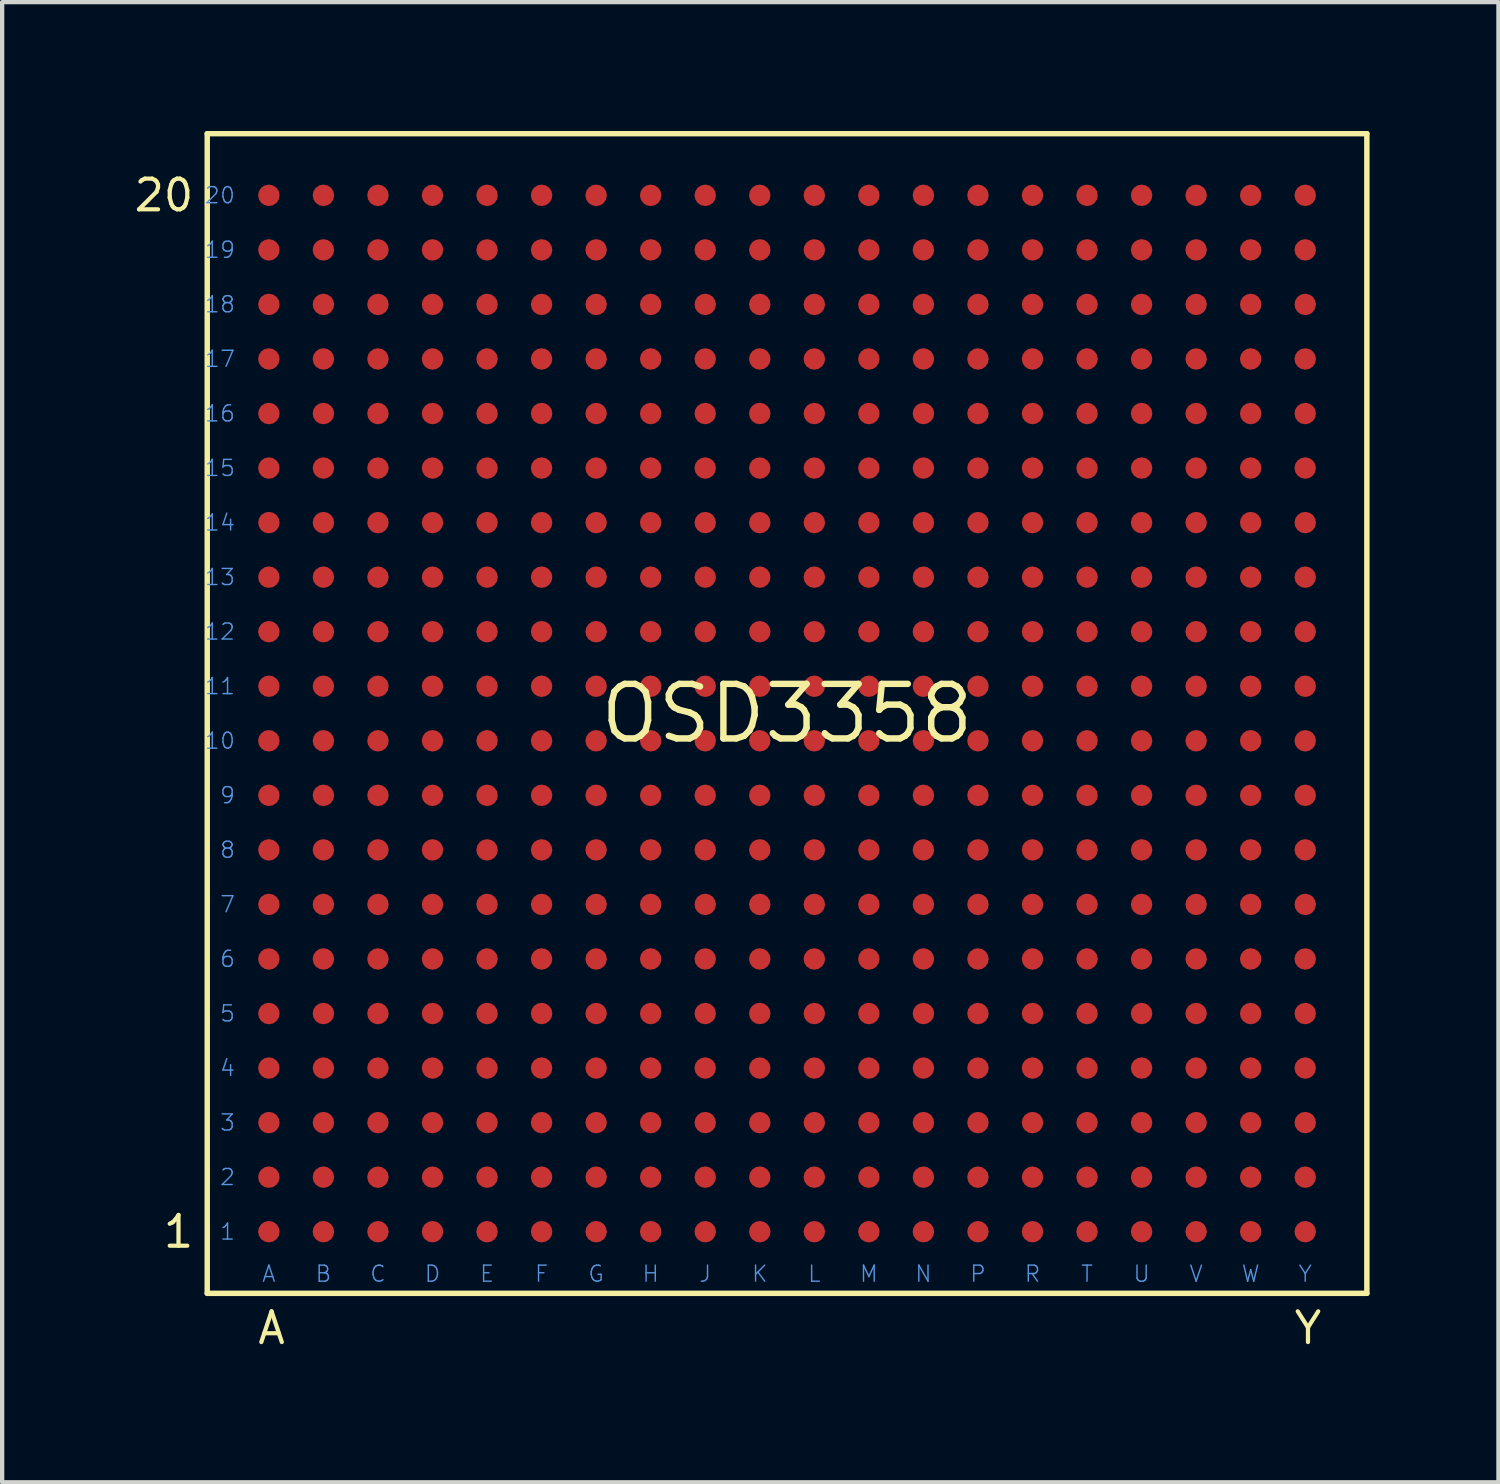
<source format=kicad_pcb>
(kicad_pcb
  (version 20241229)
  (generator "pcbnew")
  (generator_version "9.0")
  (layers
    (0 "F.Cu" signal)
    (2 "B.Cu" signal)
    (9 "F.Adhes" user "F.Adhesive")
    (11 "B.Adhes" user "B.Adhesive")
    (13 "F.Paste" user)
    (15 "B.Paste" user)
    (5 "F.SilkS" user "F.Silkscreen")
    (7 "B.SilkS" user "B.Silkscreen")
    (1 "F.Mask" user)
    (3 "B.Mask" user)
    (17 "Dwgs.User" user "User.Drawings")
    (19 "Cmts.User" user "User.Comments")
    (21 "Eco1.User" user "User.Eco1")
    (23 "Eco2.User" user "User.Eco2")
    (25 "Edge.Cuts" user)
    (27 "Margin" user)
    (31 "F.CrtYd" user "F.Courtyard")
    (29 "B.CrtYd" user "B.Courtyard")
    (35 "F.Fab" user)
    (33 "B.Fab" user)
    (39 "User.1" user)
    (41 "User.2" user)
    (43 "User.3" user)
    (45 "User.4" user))
  (footprint "OSD3358"
    (layer "F.Cu")
    (at 15.275 13.563)
    (property "Reference" "OSD3358" (at 0 0 0) (layer "F.SilkS") (effects (font (size 1.27 1.27) (thickness 0.15))))
    (fp_line (start -13.5 -13.5) (end -13.5 13.5) (stroke (width 0.127) (type solid)) (layer "F.SilkS"))
    (fp_line (start -13.5 13.5) (end 13.5 13.5) (stroke (width 0.127) (type solid)) (layer "F.SilkS"))
    (fp_line (start 13.5 -13.5) (end -13.5 -13.5) (stroke (width 0.127) (type solid)) (layer "F.SilkS"))
    (fp_line (start 13.5 13.5) (end 13.5 -13.5) (stroke (width 0.127) (type solid)) (layer "F.SilkS"))
    (fp_text user "20" (at -13.764 -12.065 0) (layer "F.SilkS") (effects (font (size 0.715 0.715) (thickness 0.098)) (justify right)))
    (fp_text user "1" (at -13.764 12.065 0) (layer "F.SilkS") (effects (font (size 0.715 0.715) (thickness 0.098)) (justify right)))
    (fp_text user "Y" (at 12.129 13.89 0) (layer "F.SilkS") (effects (font (size 0.715 0.715) (thickness 0.098)) (justify top)))
    (fp_text user "A" (at -12.002 13.89 0) (layer "F.SilkS") (effects (font (size 0.715 0.715) (thickness 0.098)) (justify top)))
    (fp_text user "K" (at -0.635 12.827 0) (layer "Cmts.User") (effects (font (size 0.374 0.374) (thickness 0.033)) (justify top)))
    (fp_text user "10" (at -12.827 0.635 0) (layer "Cmts.User") (effects (font (size 0.374 0.374) (thickness 0.033)) (justify right)))
    (fp_text user "F" (at -5.715 12.827 0) (layer "Cmts.User") (effects (font (size 0.374 0.374) (thickness 0.033)) (justify top)))
    (fp_text user "U" (at 8.255 12.827 0) (layer "Cmts.User") (effects (font (size 0.374 0.374) (thickness 0.033)) (justify top)))
    (fp_text user "6" (at -12.827 5.715 0) (layer "Cmts.User") (effects (font (size 0.374 0.374) (thickness 0.033)) (justify right)))
    (fp_text user "12" (at -12.827 -1.905 0) (layer "Cmts.User") (effects (font (size 0.374 0.374) (thickness 0.033)) (justify right)))
    (fp_text user "G" (at -4.445 12.827 0) (layer "Cmts.User") (effects (font (size 0.374 0.374) (thickness 0.033)) (justify top)))
    (fp_text user "P" (at 4.445 12.827 0) (layer "Cmts.User") (effects (font (size 0.374 0.374) (thickness 0.033)) (justify top)))
    (fp_text user "R" (at 5.715 12.827 0) (layer "Cmts.User") (effects (font (size 0.374 0.374) (thickness 0.033)) (justify top)))
    (fp_text user "17" (at -12.827 -8.255 0) (layer "Cmts.User") (effects (font (size 0.374 0.374) (thickness 0.033)) (justify right)))
    (fp_text user "2" (at -12.827 10.795 0) (layer "Cmts.User") (effects (font (size 0.374 0.374) (thickness 0.033)) (justify right)))
    (fp_text user "N" (at 3.175 12.827 0) (layer "Cmts.User") (effects (font (size 0.374 0.374) (thickness 0.033)) (justify top)))
    (fp_text user "7" (at -12.827 4.445 0) (layer "Cmts.User") (effects (font (size 0.374 0.374) (thickness 0.033)) (justify right)))
    (fp_text user "14" (at -12.827 -4.445 0) (layer "Cmts.User") (effects (font (size 0.374 0.374) (thickness 0.033)) (justify right)))
    (fp_text user "8" (at -12.827 3.175 0) (layer "Cmts.User") (effects (font (size 0.374 0.374) (thickness 0.033)) (justify right)))
    (fp_text user "1" (at -12.827 12.065 0) (layer "Cmts.User") (effects (font (size 0.374 0.374) (thickness 0.033)) (justify right)))
    (fp_text user "H" (at -3.175 12.827 0) (layer "Cmts.User") (effects (font (size 0.374 0.374) (thickness 0.033)) (justify top)))
    (fp_text user "3" (at -12.827 9.525 0) (layer "Cmts.User") (effects (font (size 0.374 0.374) (thickness 0.033)) (justify right)))
    (fp_text user "L" (at 0.635 12.827 0) (layer "Cmts.User") (effects (font (size 0.374 0.374) (thickness 0.033)) (justify top)))
    (fp_text user "B" (at -10.795 12.827 0) (layer "Cmts.User") (effects (font (size 0.374 0.374) (thickness 0.033)) (justify top)))
    (fp_text user "13" (at -12.827 -3.175 0) (layer "Cmts.User") (effects (font (size 0.374 0.374) (thickness 0.033)) (justify right)))
    (fp_text user "M" (at 1.905 12.827 0) (layer "Cmts.User") (effects (font (size 0.374 0.374) (thickness 0.033)) (justify top)))
    (fp_text user "4" (at -12.827 8.255 0) (layer "Cmts.User") (effects (font (size 0.374 0.374) (thickness 0.033)) (justify right)))
    (fp_text user "5" (at -12.827 6.985 0) (layer "Cmts.User") (effects (font (size 0.374 0.374) (thickness 0.033)) (justify right)))
    (fp_text user "15" (at -12.827 -5.715 0) (layer "Cmts.User") (effects (font (size 0.374 0.374) (thickness 0.033)) (justify right)))
    (fp_text user "W" (at 10.795 12.827 0) (layer "Cmts.User") (effects (font (size 0.374 0.374) (thickness 0.033)) (justify top)))
    (fp_text user "20" (at -12.827 -12.065 0) (layer "Cmts.User") (effects (font (size 0.374 0.374) (thickness 0.033)) (justify right)))
    (fp_text user "D" (at -8.255 12.827 0) (layer "Cmts.User") (effects (font (size 0.374 0.374) (thickness 0.033)) (justify top)))
    (fp_text user "T" (at 6.985 12.827 0) (layer "Cmts.User") (effects (font (size 0.374 0.374) (thickness 0.033)) (justify top)))
    (fp_text user "A" (at -12.065 12.827 0) (layer "Cmts.User") (effects (font (size 0.374 0.374) (thickness 0.033)) (justify top)))
    (fp_text user "11" (at -12.827 -0.635 0) (layer "Cmts.User") (effects (font (size 0.374 0.374) (thickness 0.033)) (justify right)))
    (fp_text user "9" (at -12.827 1.905 0) (layer "Cmts.User") (effects (font (size 0.374 0.374) (thickness 0.033)) (justify right)))
    (fp_text user "Y" (at 12.065 12.827 0) (layer "Cmts.User") (effects (font (size 0.374 0.374) (thickness 0.033)) (justify top)))
    (fp_text user "J" (at -1.905 12.827 0) (layer "Cmts.User") (effects (font (size 0.374 0.374) (thickness 0.033)) (justify top)))
    (fp_text user "E" (at -6.985 12.827 0) (layer "Cmts.User") (effects (font (size 0.374 0.374) (thickness 0.033)) (justify top)))
    (fp_text user "C" (at -9.525 12.827 0) (layer "Cmts.User") (effects (font (size 0.374 0.374) (thickness 0.033)) (justify top)))
    (fp_text user "16" (at -12.827 -6.985 0) (layer "Cmts.User") (effects (font (size 0.374 0.374) (thickness 0.033)) (justify right)))
    (fp_text user "18" (at -12.827 -9.525 0) (layer "Cmts.User") (effects (font (size 0.374 0.374) (thickness 0.033)) (justify right)))
    (fp_text user "19" (at -12.827 -10.795 0) (layer "Cmts.User") (effects (font (size 0.374 0.374) (thickness 0.033)) (justify right)))
    (fp_text user "V" (at 9.525 12.827 0) (layer "Cmts.User") (effects (font (size 0.374 0.374) (thickness 0.033)) (justify top)))
    (pad "A1" smd roundrect (at -12.065 12.065) (size 0.5 0.5) (layers "F.Cu" "F.Mask" "F.Paste") (roundrect_rratio 0.5))
    (pad "A2" smd roundrect (at -12.065 10.795) (size 0.5 0.5) (layers "F.Cu" "F.Mask" "F.Paste") (roundrect_rratio 0.5))
    (pad "A3" smd roundrect (at -12.065 9.525) (size 0.5 0.5) (layers "F.Cu" "F.Mask" "F.Paste") (roundrect_rratio 0.5))
    (pad "A4" smd roundrect (at -12.065 8.255) (size 0.5 0.5) (layers "F.Cu" "F.Mask" "F.Paste") (roundrect_rratio 0.5))
    (pad "A5" smd roundrect (at -12.065 6.985) (size 0.5 0.5) (layers "F.Cu" "F.Mask" "F.Paste") (roundrect_rratio 0.5))
    (pad "A6" smd roundrect (at -12.065 5.715) (size 0.5 0.5) (layers "F.Cu" "F.Mask" "F.Paste") (roundrect_rratio 0.5))
    (pad "A7" smd roundrect (at -12.065 4.445) (size 0.5 0.5) (layers "F.Cu" "F.Mask" "F.Paste") (roundrect_rratio 0.5))
    (pad "A8" smd roundrect (at -12.065 3.175) (size 0.5 0.5) (layers "F.Cu" "F.Mask" "F.Paste") (roundrect_rratio 0.5))
    (pad "A9" smd roundrect (at -12.065 1.905) (size 0.5 0.5) (layers "F.Cu" "F.Mask" "F.Paste") (roundrect_rratio 0.5))
    (pad "A10" smd roundrect (at -12.065 0.635) (size 0.5 0.5) (layers "F.Cu" "F.Mask" "F.Paste") (roundrect_rratio 0.5))
    (pad "A11" smd roundrect (at -12.065 -0.635) (size 0.5 0.5) (layers "F.Cu" "F.Mask" "F.Paste") (roundrect_rratio 0.5))
    (pad "A12" smd roundrect (at -12.065 -1.905) (size 0.5 0.5) (layers "F.Cu" "F.Mask" "F.Paste") (roundrect_rratio 0.5))
    (pad "A13" smd roundrect (at -12.065 -3.175) (size 0.5 0.5) (layers "F.Cu" "F.Mask" "F.Paste") (roundrect_rratio 0.5))
    (pad "A14" smd roundrect (at -12.065 -4.445) (size 0.5 0.5) (layers "F.Cu" "F.Mask" "F.Paste") (roundrect_rratio 0.5))
    (pad "A15" smd roundrect (at -12.065 -5.715) (size 0.5 0.5) (layers "F.Cu" "F.Mask" "F.Paste") (roundrect_rratio 0.5))
    (pad "A16" smd roundrect (at -12.065 -6.985) (size 0.5 0.5) (layers "F.Cu" "F.Mask" "F.Paste") (roundrect_rratio 0.5))
    (pad "A17" smd roundrect (at -12.065 -8.255) (size 0.5 0.5) (layers "F.Cu" "F.Mask" "F.Paste") (roundrect_rratio 0.5))
    (pad "A18" smd roundrect (at -12.065 -9.525) (size 0.5 0.5) (layers "F.Cu" "F.Mask" "F.Paste") (roundrect_rratio 0.5))
    (pad "A19" smd roundrect (at -12.065 -10.795) (size 0.5 0.5) (layers "F.Cu" "F.Mask" "F.Paste") (roundrect_rratio 0.5))
    (pad "A20" smd roundrect (at -12.065 -12.065) (size 0.5 0.5) (layers "F.Cu" "F.Mask" "F.Paste") (roundrect_rratio 0.5))
    (pad "B1" smd roundrect (at -10.795 12.065) (size 0.5 0.5) (layers "F.Cu" "F.Mask" "F.Paste") (roundrect_rratio 0.5))
    (pad "B2" smd roundrect (at -10.795 10.795) (size 0.5 0.5) (layers "F.Cu" "F.Mask" "F.Paste") (roundrect_rratio 0.5))
    (pad "B3" smd roundrect (at -10.795 9.525) (size 0.5 0.5) (layers "F.Cu" "F.Mask" "F.Paste") (roundrect_rratio 0.5))
    (pad "B4" smd roundrect (at -10.795 8.255) (size 0.5 0.5) (layers "F.Cu" "F.Mask" "F.Paste") (roundrect_rratio 0.5))
    (pad "B5" smd roundrect (at -10.795 6.985) (size 0.5 0.5) (layers "F.Cu" "F.Mask" "F.Paste") (roundrect_rratio 0.5))
    (pad "B6" smd roundrect (at -10.795 5.715) (size 0.5 0.5) (layers "F.Cu" "F.Mask" "F.Paste") (roundrect_rratio 0.5))
    (pad "B7" smd roundrect (at -10.795 4.445) (size 0.5 0.5) (layers "F.Cu" "F.Mask" "F.Paste") (roundrect_rratio 0.5))
    (pad "B8" smd roundrect (at -10.795 3.175) (size 0.5 0.5) (layers "F.Cu" "F.Mask" "F.Paste") (roundrect_rratio 0.5))
    (pad "B9" smd roundrect (at -10.795 1.905) (size 0.5 0.5) (layers "F.Cu" "F.Mask" "F.Paste") (roundrect_rratio 0.5))
    (pad "B10" smd roundrect (at -10.795 0.635) (size 0.5 0.5) (layers "F.Cu" "F.Mask" "F.Paste") (roundrect_rratio 0.5))
    (pad "B11" smd roundrect (at -10.795 -0.635) (size 0.5 0.5) (layers "F.Cu" "F.Mask" "F.Paste") (roundrect_rratio 0.5))
    (pad "B12" smd roundrect (at -10.795 -1.905) (size 0.5 0.5) (layers "F.Cu" "F.Mask" "F.Paste") (roundrect_rratio 0.5))
    (pad "B13" smd roundrect (at -10.795 -3.175) (size 0.5 0.5) (layers "F.Cu" "F.Mask" "F.Paste") (roundrect_rratio 0.5))
    (pad "B14" smd roundrect (at -10.795 -4.445) (size 0.5 0.5) (layers "F.Cu" "F.Mask" "F.Paste") (roundrect_rratio 0.5))
    (pad "B15" smd roundrect (at -10.795 -5.715) (size 0.5 0.5) (layers "F.Cu" "F.Mask" "F.Paste") (roundrect_rratio 0.5))
    (pad "B16" smd roundrect (at -10.795 -6.985) (size 0.5 0.5) (layers "F.Cu" "F.Mask" "F.Paste") (roundrect_rratio 0.5))
    (pad "B17" smd roundrect (at -10.795 -8.255) (size 0.5 0.5) (layers "F.Cu" "F.Mask" "F.Paste") (roundrect_rratio 0.5))
    (pad "B18" smd roundrect (at -10.795 -9.525) (size 0.5 0.5) (layers "F.Cu" "F.Mask" "F.Paste") (roundrect_rratio 0.5))
    (pad "B19" smd roundrect (at -10.795 -10.795) (size 0.5 0.5) (layers "F.Cu" "F.Mask" "F.Paste") (roundrect_rratio 0.5))
    (pad "B20" smd roundrect (at -10.795 -12.065) (size 0.5 0.5) (layers "F.Cu" "F.Mask" "F.Paste") (roundrect_rratio 0.5))
    (pad "C1" smd roundrect (at -9.525 12.065) (size 0.5 0.5) (layers "F.Cu" "F.Mask" "F.Paste") (roundrect_rratio 0.5))
    (pad "C2" smd roundrect (at -9.525 10.795) (size 0.5 0.5) (layers "F.Cu" "F.Mask" "F.Paste") (roundrect_rratio 0.5))
    (pad "C3" smd roundrect (at -9.525 9.525) (size 0.5 0.5) (layers "F.Cu" "F.Mask" "F.Paste") (roundrect_rratio 0.5))
    (pad "C4" smd roundrect (at -9.525 8.255) (size 0.5 0.5) (layers "F.Cu" "F.Mask" "F.Paste") (roundrect_rratio 0.5))
    (pad "C5" smd roundrect (at -9.525 6.985) (size 0.5 0.5) (layers "F.Cu" "F.Mask" "F.Paste") (roundrect_rratio 0.5))
    (pad "C6" smd roundrect (at -9.525 5.715) (size 0.5 0.5) (layers "F.Cu" "F.Mask" "F.Paste") (roundrect_rratio 0.5))
    (pad "C7" smd roundrect (at -9.525 4.445) (size 0.5 0.5) (layers "F.Cu" "F.Mask" "F.Paste") (roundrect_rratio 0.5))
    (pad "C8" smd roundrect (at -9.525 3.175) (size 0.5 0.5) (layers "F.Cu" "F.Mask" "F.Paste") (roundrect_rratio 0.5))
    (pad "C9" smd roundrect (at -9.525 1.905) (size 0.5 0.5) (layers "F.Cu" "F.Mask" "F.Paste") (roundrect_rratio 0.5))
    (pad "C10" smd roundrect (at -9.525 0.635) (size 0.5 0.5) (layers "F.Cu" "F.Mask" "F.Paste") (roundrect_rratio 0.5))
    (pad "C11" smd roundrect (at -9.525 -0.635) (size 0.5 0.5) (layers "F.Cu" "F.Mask" "F.Paste") (roundrect_rratio 0.5))
    (pad "C12" smd roundrect (at -9.525 -1.905) (size 0.5 0.5) (layers "F.Cu" "F.Mask" "F.Paste") (roundrect_rratio 0.5))
    (pad "C13" smd roundrect (at -9.525 -3.175) (size 0.5 0.5) (layers "F.Cu" "F.Mask" "F.Paste") (roundrect_rratio 0.5))
    (pad "C14" smd roundrect (at -9.525 -4.445) (size 0.5 0.5) (layers "F.Cu" "F.Mask" "F.Paste") (roundrect_rratio 0.5))
    (pad "C15" smd roundrect (at -9.525 -5.715) (size 0.5 0.5) (layers "F.Cu" "F.Mask" "F.Paste") (roundrect_rratio 0.5))
    (pad "C16" smd roundrect (at -9.525 -6.985) (size 0.5 0.5) (layers "F.Cu" "F.Mask" "F.Paste") (roundrect_rratio 0.5))
    (pad "C17" smd roundrect (at -9.525 -8.255) (size 0.5 0.5) (layers "F.Cu" "F.Mask" "F.Paste") (roundrect_rratio 0.5))
    (pad "C18" smd roundrect (at -9.525 -9.525) (size 0.5 0.5) (layers "F.Cu" "F.Mask" "F.Paste") (roundrect_rratio 0.5))
    (pad "C19" smd roundrect (at -9.525 -10.795) (size 0.5 0.5) (layers "F.Cu" "F.Mask" "F.Paste") (roundrect_rratio 0.5))
    (pad "C20" smd roundrect (at -9.525 -12.065) (size 0.5 0.5) (layers "F.Cu" "F.Mask" "F.Paste") (roundrect_rratio 0.5))
    (pad "D1" smd roundrect (at -8.255 12.065) (size 0.5 0.5) (layers "F.Cu" "F.Mask" "F.Paste") (roundrect_rratio 0.5))
    (pad "D2" smd roundrect (at -8.255 10.795) (size 0.5 0.5) (layers "F.Cu" "F.Mask" "F.Paste") (roundrect_rratio 0.5))
    (pad "D3" smd roundrect (at -8.255 9.525) (size 0.5 0.5) (layers "F.Cu" "F.Mask" "F.Paste") (roundrect_rratio 0.5))
    (pad "D4" smd roundrect (at -8.255 8.255) (size 0.5 0.5) (layers "F.Cu" "F.Mask" "F.Paste") (roundrect_rratio 0.5))
    (pad "D5" smd roundrect (at -8.255 6.985) (size 0.5 0.5) (layers "F.Cu" "F.Mask" "F.Paste") (roundrect_rratio 0.5))
    (pad "D6" smd roundrect (at -8.255 5.715) (size 0.5 0.5) (layers "F.Cu" "F.Mask" "F.Paste") (roundrect_rratio 0.5))
    (pad "D7" smd roundrect (at -8.255 4.445) (size 0.5 0.5) (layers "F.Cu" "F.Mask" "F.Paste") (roundrect_rratio 0.5))
    (pad "D8" smd roundrect (at -8.255 3.175) (size 0.5 0.5) (layers "F.Cu" "F.Mask" "F.Paste") (roundrect_rratio 0.5))
    (pad "D9" smd roundrect (at -8.255 1.905) (size 0.5 0.5) (layers "F.Cu" "F.Mask" "F.Paste") (roundrect_rratio 0.5))
    (pad "D10" smd roundrect (at -8.255 0.635) (size 0.5 0.5) (layers "F.Cu" "F.Mask" "F.Paste") (roundrect_rratio 0.5))
    (pad "D11" smd roundrect (at -8.255 -0.635) (size 0.5 0.5) (layers "F.Cu" "F.Mask" "F.Paste") (roundrect_rratio 0.5))
    (pad "D12" smd roundrect (at -8.255 -1.905) (size 0.5 0.5) (layers "F.Cu" "F.Mask" "F.Paste") (roundrect_rratio 0.5))
    (pad "D13" smd roundrect (at -8.255 -3.175) (size 0.5 0.5) (layers "F.Cu" "F.Mask" "F.Paste") (roundrect_rratio 0.5))
    (pad "D14" smd roundrect (at -8.255 -4.445) (size 0.5 0.5) (layers "F.Cu" "F.Mask" "F.Paste") (roundrect_rratio 0.5))
    (pad "D15" smd roundrect (at -8.255 -5.715) (size 0.5 0.5) (layers "F.Cu" "F.Mask" "F.Paste") (roundrect_rratio 0.5))
    (pad "D16" smd roundrect (at -8.255 -6.985) (size 0.5 0.5) (layers "F.Cu" "F.Mask" "F.Paste") (roundrect_rratio 0.5))
    (pad "D17" smd roundrect (at -8.255 -8.255) (size 0.5 0.5) (layers "F.Cu" "F.Mask" "F.Paste") (roundrect_rratio 0.5))
    (pad "D18" smd roundrect (at -8.255 -9.525) (size 0.5 0.5) (layers "F.Cu" "F.Mask" "F.Paste") (roundrect_rratio 0.5))
    (pad "D19" smd roundrect (at -8.255 -10.795) (size 0.5 0.5) (layers "F.Cu" "F.Mask" "F.Paste") (roundrect_rratio 0.5))
    (pad "D20" smd roundrect (at -8.255 -12.065) (size 0.5 0.5) (layers "F.Cu" "F.Mask" "F.Paste") (roundrect_rratio 0.5))
    (pad "E1" smd roundrect (at -6.985 12.065) (size 0.5 0.5) (layers "F.Cu" "F.Mask" "F.Paste") (roundrect_rratio 0.5))
    (pad "E2" smd roundrect (at -6.985 10.795) (size 0.5 0.5) (layers "F.Cu" "F.Mask" "F.Paste") (roundrect_rratio 0.5))
    (pad "E3" smd roundrect (at -6.985 9.525) (size 0.5 0.5) (layers "F.Cu" "F.Mask" "F.Paste") (roundrect_rratio 0.5))
    (pad "E4" smd roundrect (at -6.985 8.255) (size 0.5 0.5) (layers "F.Cu" "F.Mask" "F.Paste") (roundrect_rratio 0.5))
    (pad "E5" smd roundrect (at -6.985 6.985) (size 0.5 0.5) (layers "F.Cu" "F.Mask" "F.Paste") (roundrect_rratio 0.5))
    (pad "E6" smd roundrect (at -6.985 5.715) (size 0.5 0.5) (layers "F.Cu" "F.Mask" "F.Paste") (roundrect_rratio 0.5))
    (pad "E7" smd roundrect (at -6.985 4.445) (size 0.5 0.5) (layers "F.Cu" "F.Mask" "F.Paste") (roundrect_rratio 0.5))
    (pad "E8" smd roundrect (at -6.985 3.175) (size 0.5 0.5) (layers "F.Cu" "F.Mask" "F.Paste") (roundrect_rratio 0.5))
    (pad "E9" smd roundrect (at -6.985 1.905) (size 0.5 0.5) (layers "F.Cu" "F.Mask" "F.Paste") (roundrect_rratio 0.5))
    (pad "E10" smd roundrect (at -6.985 0.635) (size 0.5 0.5) (layers "F.Cu" "F.Mask" "F.Paste") (roundrect_rratio 0.5))
    (pad "E11" smd roundrect (at -6.985 -0.635) (size 0.5 0.5) (layers "F.Cu" "F.Mask" "F.Paste") (roundrect_rratio 0.5))
    (pad "E12" smd roundrect (at -6.985 -1.905) (size 0.5 0.5) (layers "F.Cu" "F.Mask" "F.Paste") (roundrect_rratio 0.5))
    (pad "E13" smd roundrect (at -6.985 -3.175) (size 0.5 0.5) (layers "F.Cu" "F.Mask" "F.Paste") (roundrect_rratio 0.5))
    (pad "E14" smd roundrect (at -6.985 -4.445) (size 0.5 0.5) (layers "F.Cu" "F.Mask" "F.Paste") (roundrect_rratio 0.5))
    (pad "E15" smd roundrect (at -6.985 -5.715) (size 0.5 0.5) (layers "F.Cu" "F.Mask" "F.Paste") (roundrect_rratio 0.5))
    (pad "E16" smd roundrect (at -6.985 -6.985) (size 0.5 0.5) (layers "F.Cu" "F.Mask" "F.Paste") (roundrect_rratio 0.5))
    (pad "E17" smd roundrect (at -6.985 -8.255) (size 0.5 0.5) (layers "F.Cu" "F.Mask" "F.Paste") (roundrect_rratio 0.5))
    (pad "E18" smd roundrect (at -6.985 -9.525) (size 0.5 0.5) (layers "F.Cu" "F.Mask" "F.Paste") (roundrect_rratio 0.5))
    (pad "E19" smd roundrect (at -6.985 -10.795) (size 0.5 0.5) (layers "F.Cu" "F.Mask" "F.Paste") (roundrect_rratio 0.5))
    (pad "E20" smd roundrect (at -6.985 -12.065) (size 0.5 0.5) (layers "F.Cu" "F.Mask" "F.Paste") (roundrect_rratio 0.5))
    (pad "F1" smd roundrect (at -5.715 12.065) (size 0.5 0.5) (layers "F.Cu" "F.Mask" "F.Paste") (roundrect_rratio 0.5))
    (pad "F2" smd roundrect (at -5.715 10.795) (size 0.5 0.5) (layers "F.Cu" "F.Mask" "F.Paste") (roundrect_rratio 0.5))
    (pad "F3" smd roundrect (at -5.715 9.525) (size 0.5 0.5) (layers "F.Cu" "F.Mask" "F.Paste") (roundrect_rratio 0.5))
    (pad "F4" smd roundrect (at -5.715 8.255) (size 0.5 0.5) (layers "F.Cu" "F.Mask" "F.Paste") (roundrect_rratio 0.5))
    (pad "F5" smd roundrect (at -5.715 6.985) (size 0.5 0.5) (layers "F.Cu" "F.Mask" "F.Paste") (roundrect_rratio 0.5))
    (pad "F6" smd roundrect (at -5.715 5.715) (size 0.5 0.5) (layers "F.Cu" "F.Mask" "F.Paste") (roundrect_rratio 0.5))
    (pad "F7" smd roundrect (at -5.715 4.445) (size 0.5 0.5) (layers "F.Cu" "F.Mask" "F.Paste") (roundrect_rratio 0.5))
    (pad "F8" smd roundrect (at -5.715 3.175) (size 0.5 0.5) (layers "F.Cu" "F.Mask" "F.Paste") (roundrect_rratio 0.5))
    (pad "F9" smd roundrect (at -5.715 1.905) (size 0.5 0.5) (layers "F.Cu" "F.Mask" "F.Paste") (roundrect_rratio 0.5))
    (pad "F10" smd roundrect (at -5.715 0.635) (size 0.5 0.5) (layers "F.Cu" "F.Mask" "F.Paste") (roundrect_rratio 0.5))
    (pad "F11" smd roundrect (at -5.715 -0.635) (size 0.5 0.5) (layers "F.Cu" "F.Mask" "F.Paste") (roundrect_rratio 0.5))
    (pad "F12" smd roundrect (at -5.715 -1.905) (size 0.5 0.5) (layers "F.Cu" "F.Mask" "F.Paste") (roundrect_rratio 0.5))
    (pad "F13" smd roundrect (at -5.715 -3.175) (size 0.5 0.5) (layers "F.Cu" "F.Mask" "F.Paste") (roundrect_rratio 0.5))
    (pad "F14" smd roundrect (at -5.715 -4.445) (size 0.5 0.5) (layers "F.Cu" "F.Mask" "F.Paste") (roundrect_rratio 0.5))
    (pad "F15" smd roundrect (at -5.715 -5.715) (size 0.5 0.5) (layers "F.Cu" "F.Mask" "F.Paste") (roundrect_rratio 0.5))
    (pad "F16" smd roundrect (at -5.715 -6.985) (size 0.5 0.5) (layers "F.Cu" "F.Mask" "F.Paste") (roundrect_rratio 0.5))
    (pad "F17" smd roundrect (at -5.715 -8.255) (size 0.5 0.5) (layers "F.Cu" "F.Mask" "F.Paste") (roundrect_rratio 0.5))
    (pad "F18" smd roundrect (at -5.715 -9.525) (size 0.5 0.5) (layers "F.Cu" "F.Mask" "F.Paste") (roundrect_rratio 0.5))
    (pad "F19" smd roundrect (at -5.715 -10.795) (size 0.5 0.5) (layers "F.Cu" "F.Mask" "F.Paste") (roundrect_rratio 0.5))
    (pad "F20" smd roundrect (at -5.715 -12.065) (size 0.5 0.5) (layers "F.Cu" "F.Mask" "F.Paste") (roundrect_rratio 0.5))
    (pad "G1" smd roundrect (at -4.445 12.065) (size 0.5 0.5) (layers "F.Cu" "F.Mask" "F.Paste") (roundrect_rratio 0.5))
    (pad "G2" smd roundrect (at -4.445 10.795) (size 0.5 0.5) (layers "F.Cu" "F.Mask" "F.Paste") (roundrect_rratio 0.5))
    (pad "G3" smd roundrect (at -4.445 9.525) (size 0.5 0.5) (layers "F.Cu" "F.Mask" "F.Paste") (roundrect_rratio 0.5))
    (pad "G4" smd roundrect (at -4.445 8.255) (size 0.5 0.5) (layers "F.Cu" "F.Mask" "F.Paste") (roundrect_rratio 0.5))
    (pad "G5" smd roundrect (at -4.445 6.985) (size 0.5 0.5) (layers "F.Cu" "F.Mask" "F.Paste") (roundrect_rratio 0.5))
    (pad "G6" smd roundrect (at -4.445 5.715) (size 0.5 0.5) (layers "F.Cu" "F.Mask" "F.Paste") (roundrect_rratio 0.5))
    (pad "G7" smd roundrect (at -4.445 4.445) (size 0.5 0.5) (layers "F.Cu" "F.Mask" "F.Paste") (roundrect_rratio 0.5))
    (pad "G8" smd roundrect (at -4.445 3.175) (size 0.5 0.5) (layers "F.Cu" "F.Mask" "F.Paste") (roundrect_rratio 0.5))
    (pad "G9" smd roundrect (at -4.445 1.905) (size 0.5 0.5) (layers "F.Cu" "F.Mask" "F.Paste") (roundrect_rratio 0.5))
    (pad "G10" smd roundrect (at -4.445 0.635) (size 0.5 0.5) (layers "F.Cu" "F.Mask" "F.Paste") (roundrect_rratio 0.5))
    (pad "G11" smd roundrect (at -4.445 -0.635) (size 0.5 0.5) (layers "F.Cu" "F.Mask" "F.Paste") (roundrect_rratio 0.5))
    (pad "G12" smd roundrect (at -4.445 -1.905) (size 0.5 0.5) (layers "F.Cu" "F.Mask" "F.Paste") (roundrect_rratio 0.5))
    (pad "G13" smd roundrect (at -4.445 -3.175) (size 0.5 0.5) (layers "F.Cu" "F.Mask" "F.Paste") (roundrect_rratio 0.5))
    (pad "G14" smd roundrect (at -4.445 -4.445) (size 0.5 0.5) (layers "F.Cu" "F.Mask" "F.Paste") (roundrect_rratio 0.5))
    (pad "G15" smd roundrect (at -4.445 -5.715) (size 0.5 0.5) (layers "F.Cu" "F.Mask" "F.Paste") (roundrect_rratio 0.5))
    (pad "G16" smd roundrect (at -4.445 -6.985) (size 0.5 0.5) (layers "F.Cu" "F.Mask" "F.Paste") (roundrect_rratio 0.5))
    (pad "G17" smd roundrect (at -4.445 -8.255) (size 0.5 0.5) (layers "F.Cu" "F.Mask" "F.Paste") (roundrect_rratio 0.5))
    (pad "G18" smd roundrect (at -4.445 -9.525) (size 0.5 0.5) (layers "F.Cu" "F.Mask" "F.Paste") (roundrect_rratio 0.5))
    (pad "G19" smd roundrect (at -4.445 -10.795) (size 0.5 0.5) (layers "F.Cu" "F.Mask" "F.Paste") (roundrect_rratio 0.5))
    (pad "G20" smd roundrect (at -4.445 -12.065) (size 0.5 0.5) (layers "F.Cu" "F.Mask" "F.Paste") (roundrect_rratio 0.5))
    (pad "H1" smd roundrect (at -3.175 12.065) (size 0.5 0.5) (layers "F.Cu" "F.Mask" "F.Paste") (roundrect_rratio 0.5))
    (pad "H2" smd roundrect (at -3.175 10.795) (size 0.5 0.5) (layers "F.Cu" "F.Mask" "F.Paste") (roundrect_rratio 0.5))
    (pad "H3" smd roundrect (at -3.175 9.525) (size 0.5 0.5) (layers "F.Cu" "F.Mask" "F.Paste") (roundrect_rratio 0.5))
    (pad "H4" smd roundrect (at -3.175 8.255) (size 0.5 0.5) (layers "F.Cu" "F.Mask" "F.Paste") (roundrect_rratio 0.5))
    (pad "H5" smd roundrect (at -3.175 6.985) (size 0.5 0.5) (layers "F.Cu" "F.Mask" "F.Paste") (roundrect_rratio 0.5))
    (pad "H6" smd roundrect (at -3.175 5.715) (size 0.5 0.5) (layers "F.Cu" "F.Mask" "F.Paste") (roundrect_rratio 0.5))
    (pad "H7" smd roundrect (at -3.175 4.445) (size 0.5 0.5) (layers "F.Cu" "F.Mask" "F.Paste") (roundrect_rratio 0.5))
    (pad "H8" smd roundrect (at -3.175 3.175) (size 0.5 0.5) (layers "F.Cu" "F.Mask" "F.Paste") (roundrect_rratio 0.5))
    (pad "H9" smd roundrect (at -3.175 1.905) (size 0.5 0.5) (layers "F.Cu" "F.Mask" "F.Paste") (roundrect_rratio 0.5))
    (pad "H10" smd roundrect (at -3.175 0.635) (size 0.5 0.5) (layers "F.Cu" "F.Mask" "F.Paste") (roundrect_rratio 0.5))
    (pad "H11" smd roundrect (at -3.175 -0.635) (size 0.5 0.5) (layers "F.Cu" "F.Mask" "F.Paste") (roundrect_rratio 0.5))
    (pad "H12" smd roundrect (at -3.175 -1.905) (size 0.5 0.5) (layers "F.Cu" "F.Mask" "F.Paste") (roundrect_rratio 0.5))
    (pad "H13" smd roundrect (at -3.175 -3.175) (size 0.5 0.5) (layers "F.Cu" "F.Mask" "F.Paste") (roundrect_rratio 0.5))
    (pad "H14" smd roundrect (at -3.175 -4.445) (size 0.5 0.5) (layers "F.Cu" "F.Mask" "F.Paste") (roundrect_rratio 0.5))
    (pad "H15" smd roundrect (at -3.175 -5.715) (size 0.5 0.5) (layers "F.Cu" "F.Mask" "F.Paste") (roundrect_rratio 0.5))
    (pad "H16" smd roundrect (at -3.175 -6.985) (size 0.5 0.5) (layers "F.Cu" "F.Mask" "F.Paste") (roundrect_rratio 0.5))
    (pad "H17" smd roundrect (at -3.175 -8.255) (size 0.5 0.5) (layers "F.Cu" "F.Mask" "F.Paste") (roundrect_rratio 0.5))
    (pad "H18" smd roundrect (at -3.175 -9.525) (size 0.5 0.5) (layers "F.Cu" "F.Mask" "F.Paste") (roundrect_rratio 0.5))
    (pad "H19" smd roundrect (at -3.175 -10.795) (size 0.5 0.5) (layers "F.Cu" "F.Mask" "F.Paste") (roundrect_rratio 0.5))
    (pad "H20" smd roundrect (at -3.175 -12.065) (size 0.5 0.5) (layers "F.Cu" "F.Mask" "F.Paste") (roundrect_rratio 0.5))
    (pad "J1" smd roundrect (at -1.905 12.065) (size 0.5 0.5) (layers "F.Cu" "F.Mask" "F.Paste") (roundrect_rratio 0.5))
    (pad "J2" smd roundrect (at -1.905 10.795) (size 0.5 0.5) (layers "F.Cu" "F.Mask" "F.Paste") (roundrect_rratio 0.5))
    (pad "J3" smd roundrect (at -1.905 9.525) (size 0.5 0.5) (layers "F.Cu" "F.Mask" "F.Paste") (roundrect_rratio 0.5))
    (pad "J4" smd roundrect (at -1.905 8.255) (size 0.5 0.5) (layers "F.Cu" "F.Mask" "F.Paste") (roundrect_rratio 0.5))
    (pad "J5" smd roundrect (at -1.905 6.985) (size 0.5 0.5) (layers "F.Cu" "F.Mask" "F.Paste") (roundrect_rratio 0.5))
    (pad "J6" smd roundrect (at -1.905 5.715) (size 0.5 0.5) (layers "F.Cu" "F.Mask" "F.Paste") (roundrect_rratio 0.5))
    (pad "J7" smd roundrect (at -1.905 4.445) (size 0.5 0.5) (layers "F.Cu" "F.Mask" "F.Paste") (roundrect_rratio 0.5))
    (pad "J8" smd roundrect (at -1.905 3.175) (size 0.5 0.5) (layers "F.Cu" "F.Mask" "F.Paste") (roundrect_rratio 0.5))
    (pad "J9" smd roundrect (at -1.905 1.905) (size 0.5 0.5) (layers "F.Cu" "F.Mask" "F.Paste") (roundrect_rratio 0.5))
    (pad "J10" smd roundrect (at -1.905 0.635) (size 0.5 0.5) (layers "F.Cu" "F.Mask" "F.Paste") (roundrect_rratio 0.5))
    (pad "J11" smd roundrect (at -1.905 -0.635) (size 0.5 0.5) (layers "F.Cu" "F.Mask" "F.Paste") (roundrect_rratio 0.5))
    (pad "J12" smd roundrect (at -1.905 -1.905) (size 0.5 0.5) (layers "F.Cu" "F.Mask" "F.Paste") (roundrect_rratio 0.5))
    (pad "J13" smd roundrect (at -1.905 -3.175) (size 0.5 0.5) (layers "F.Cu" "F.Mask" "F.Paste") (roundrect_rratio 0.5))
    (pad "J14" smd roundrect (at -1.905 -4.445) (size 0.5 0.5) (layers "F.Cu" "F.Mask" "F.Paste") (roundrect_rratio 0.5))
    (pad "J15" smd roundrect (at -1.905 -5.715) (size 0.5 0.5) (layers "F.Cu" "F.Mask" "F.Paste") (roundrect_rratio 0.5))
    (pad "J16" smd roundrect (at -1.905 -6.985) (size 0.5 0.5) (layers "F.Cu" "F.Mask" "F.Paste") (roundrect_rratio 0.5))
    (pad "J17" smd roundrect (at -1.905 -8.255) (size 0.5 0.5) (layers "F.Cu" "F.Mask" "F.Paste") (roundrect_rratio 0.5))
    (pad "J18" smd roundrect (at -1.905 -9.525) (size 0.5 0.5) (layers "F.Cu" "F.Mask" "F.Paste") (roundrect_rratio 0.5))
    (pad "J19" smd roundrect (at -1.905 -10.795) (size 0.5 0.5) (layers "F.Cu" "F.Mask" "F.Paste") (roundrect_rratio 0.5))
    (pad "J20" smd roundrect (at -1.905 -12.065) (size 0.5 0.5) (layers "F.Cu" "F.Mask" "F.Paste") (roundrect_rratio 0.5))
    (pad "K1" smd roundrect (at -0.635 12.065) (size 0.5 0.5) (layers "F.Cu" "F.Mask" "F.Paste") (roundrect_rratio 0.5))
    (pad "K2" smd roundrect (at -0.635 10.795) (size 0.5 0.5) (layers "F.Cu" "F.Mask" "F.Paste") (roundrect_rratio 0.5))
    (pad "K3" smd roundrect (at -0.635 9.525) (size 0.5 0.5) (layers "F.Cu" "F.Mask" "F.Paste") (roundrect_rratio 0.5))
    (pad "K4" smd roundrect (at -0.635 8.255) (size 0.5 0.5) (layers "F.Cu" "F.Mask" "F.Paste") (roundrect_rratio 0.5))
    (pad "K5" smd roundrect (at -0.635 6.985) (size 0.5 0.5) (layers "F.Cu" "F.Mask" "F.Paste") (roundrect_rratio 0.5))
    (pad "K6" smd roundrect (at -0.635 5.715) (size 0.5 0.5) (layers "F.Cu" "F.Mask" "F.Paste") (roundrect_rratio 0.5))
    (pad "K7" smd roundrect (at -0.635 4.445) (size 0.5 0.5) (layers "F.Cu" "F.Mask" "F.Paste") (roundrect_rratio 0.5))
    (pad "K8" smd roundrect (at -0.635 3.175) (size 0.5 0.5) (layers "F.Cu" "F.Mask" "F.Paste") (roundrect_rratio 0.5))
    (pad "K9" smd roundrect (at -0.635 1.905) (size 0.5 0.5) (layers "F.Cu" "F.Mask" "F.Paste") (roundrect_rratio 0.5))
    (pad "K10" smd roundrect (at -0.635 0.635) (size 0.5 0.5) (layers "F.Cu" "F.Mask" "F.Paste") (roundrect_rratio 0.5))
    (pad "K11" smd roundrect (at -0.635 -0.635) (size 0.5 0.5) (layers "F.Cu" "F.Mask" "F.Paste") (roundrect_rratio 0.5))
    (pad "K12" smd roundrect (at -0.635 -1.905) (size 0.5 0.5) (layers "F.Cu" "F.Mask" "F.Paste") (roundrect_rratio 0.5))
    (pad "K13" smd roundrect (at -0.635 -3.175) (size 0.5 0.5) (layers "F.Cu" "F.Mask" "F.Paste") (roundrect_rratio 0.5))
    (pad "K14" smd roundrect (at -0.635 -4.445) (size 0.5 0.5) (layers "F.Cu" "F.Mask" "F.Paste") (roundrect_rratio 0.5))
    (pad "K15" smd roundrect (at -0.635 -5.715) (size 0.5 0.5) (layers "F.Cu" "F.Mask" "F.Paste") (roundrect_rratio 0.5))
    (pad "K16" smd roundrect (at -0.635 -6.985) (size 0.5 0.5) (layers "F.Cu" "F.Mask" "F.Paste") (roundrect_rratio 0.5))
    (pad "K17" smd roundrect (at -0.635 -8.255) (size 0.5 0.5) (layers "F.Cu" "F.Mask" "F.Paste") (roundrect_rratio 0.5))
    (pad "K18" smd roundrect (at -0.635 -9.525) (size 0.5 0.5) (layers "F.Cu" "F.Mask" "F.Paste") (roundrect_rratio 0.5))
    (pad "K19" smd roundrect (at -0.635 -10.795) (size 0.5 0.5) (layers "F.Cu" "F.Mask" "F.Paste") (roundrect_rratio 0.5))
    (pad "K20" smd roundrect (at -0.635 -12.065) (size 0.5 0.5) (layers "F.Cu" "F.Mask" "F.Paste") (roundrect_rratio 0.5))
    (pad "L1" smd roundrect (at 0.635 12.065) (size 0.5 0.5) (layers "F.Cu" "F.Mask" "F.Paste") (roundrect_rratio 0.5))
    (pad "L2" smd roundrect (at 0.635 10.795) (size 0.5 0.5) (layers "F.Cu" "F.Mask" "F.Paste") (roundrect_rratio 0.5))
    (pad "L3" smd roundrect (at 0.635 9.525) (size 0.5 0.5) (layers "F.Cu" "F.Mask" "F.Paste") (roundrect_rratio 0.5))
    (pad "L4" smd roundrect (at 0.635 8.255) (size 0.5 0.5) (layers "F.Cu" "F.Mask" "F.Paste") (roundrect_rratio 0.5))
    (pad "L5" smd roundrect (at 0.635 6.985) (size 0.5 0.5) (layers "F.Cu" "F.Mask" "F.Paste") (roundrect_rratio 0.5))
    (pad "L6" smd roundrect (at 0.635 5.715) (size 0.5 0.5) (layers "F.Cu" "F.Mask" "F.Paste") (roundrect_rratio 0.5))
    (pad "L7" smd roundrect (at 0.635 4.445) (size 0.5 0.5) (layers "F.Cu" "F.Mask" "F.Paste") (roundrect_rratio 0.5))
    (pad "L8" smd roundrect (at 0.635 3.175) (size 0.5 0.5) (layers "F.Cu" "F.Mask" "F.Paste") (roundrect_rratio 0.5))
    (pad "L9" smd roundrect (at 0.635 1.905) (size 0.5 0.5) (layers "F.Cu" "F.Mask" "F.Paste") (roundrect_rratio 0.5))
    (pad "L10" smd roundrect (at 0.635 0.635) (size 0.5 0.5) (layers "F.Cu" "F.Mask" "F.Paste") (roundrect_rratio 0.5))
    (pad "L11" smd roundrect (at 0.635 -0.635) (size 0.5 0.5) (layers "F.Cu" "F.Mask" "F.Paste") (roundrect_rratio 0.5))
    (pad "L12" smd roundrect (at 0.635 -1.905) (size 0.5 0.5) (layers "F.Cu" "F.Mask" "F.Paste") (roundrect_rratio 0.5))
    (pad "L13" smd roundrect (at 0.635 -3.175) (size 0.5 0.5) (layers "F.Cu" "F.Mask" "F.Paste") (roundrect_rratio 0.5))
    (pad "L14" smd roundrect (at 0.635 -4.445) (size 0.5 0.5) (layers "F.Cu" "F.Mask" "F.Paste") (roundrect_rratio 0.5))
    (pad "L15" smd roundrect (at 0.635 -5.715) (size 0.5 0.5) (layers "F.Cu" "F.Mask" "F.Paste") (roundrect_rratio 0.5))
    (pad "L16" smd roundrect (at 0.635 -6.985) (size 0.5 0.5) (layers "F.Cu" "F.Mask" "F.Paste") (roundrect_rratio 0.5))
    (pad "L17" smd roundrect (at 0.635 -8.255) (size 0.5 0.5) (layers "F.Cu" "F.Mask" "F.Paste") (roundrect_rratio 0.5))
    (pad "L18" smd roundrect (at 0.635 -9.525) (size 0.5 0.5) (layers "F.Cu" "F.Mask" "F.Paste") (roundrect_rratio 0.5))
    (pad "L19" smd roundrect (at 0.635 -10.795) (size 0.5 0.5) (layers "F.Cu" "F.Mask" "F.Paste") (roundrect_rratio 0.5))
    (pad "L20" smd roundrect (at 0.635 -12.065) (size 0.5 0.5) (layers "F.Cu" "F.Mask" "F.Paste") (roundrect_rratio 0.5))
    (pad "M1" smd roundrect (at 1.905 12.065) (size 0.5 0.5) (layers "F.Cu" "F.Mask" "F.Paste") (roundrect_rratio 0.5))
    (pad "M2" smd roundrect (at 1.905 10.795) (size 0.5 0.5) (layers "F.Cu" "F.Mask" "F.Paste") (roundrect_rratio 0.5))
    (pad "M3" smd roundrect (at 1.905 9.525) (size 0.5 0.5) (layers "F.Cu" "F.Mask" "F.Paste") (roundrect_rratio 0.5))
    (pad "M4" smd roundrect (at 1.905 8.255) (size 0.5 0.5) (layers "F.Cu" "F.Mask" "F.Paste") (roundrect_rratio 0.5))
    (pad "M5" smd roundrect (at 1.905 6.985) (size 0.5 0.5) (layers "F.Cu" "F.Mask" "F.Paste") (roundrect_rratio 0.5))
    (pad "M6" smd roundrect (at 1.905 5.715) (size 0.5 0.5) (layers "F.Cu" "F.Mask" "F.Paste") (roundrect_rratio 0.5))
    (pad "M7" smd roundrect (at 1.905 4.445) (size 0.5 0.5) (layers "F.Cu" "F.Mask" "F.Paste") (roundrect_rratio 0.5))
    (pad "M8" smd roundrect (at 1.905 3.175) (size 0.5 0.5) (layers "F.Cu" "F.Mask" "F.Paste") (roundrect_rratio 0.5))
    (pad "M9" smd roundrect (at 1.905 1.905) (size 0.5 0.5) (layers "F.Cu" "F.Mask" "F.Paste") (roundrect_rratio 0.5))
    (pad "M10" smd roundrect (at 1.905 0.635) (size 0.5 0.5) (layers "F.Cu" "F.Mask" "F.Paste") (roundrect_rratio 0.5))
    (pad "M11" smd roundrect (at 1.905 -0.635) (size 0.5 0.5) (layers "F.Cu" "F.Mask" "F.Paste") (roundrect_rratio 0.5))
    (pad "M12" smd roundrect (at 1.905 -1.905) (size 0.5 0.5) (layers "F.Cu" "F.Mask" "F.Paste") (roundrect_rratio 0.5))
    (pad "M13" smd roundrect (at 1.905 -3.175) (size 0.5 0.5) (layers "F.Cu" "F.Mask" "F.Paste") (roundrect_rratio 0.5))
    (pad "M14" smd roundrect (at 1.905 -4.445) (size 0.5 0.5) (layers "F.Cu" "F.Mask" "F.Paste") (roundrect_rratio 0.5))
    (pad "M15" smd roundrect (at 1.905 -5.715) (size 0.5 0.5) (layers "F.Cu" "F.Mask" "F.Paste") (roundrect_rratio 0.5))
    (pad "M16" smd roundrect (at 1.905 -6.985) (size 0.5 0.5) (layers "F.Cu" "F.Mask" "F.Paste") (roundrect_rratio 0.5))
    (pad "M17" smd roundrect (at 1.905 -8.255) (size 0.5 0.5) (layers "F.Cu" "F.Mask" "F.Paste") (roundrect_rratio 0.5))
    (pad "M18" smd roundrect (at 1.905 -9.525) (size 0.5 0.5) (layers "F.Cu" "F.Mask" "F.Paste") (roundrect_rratio 0.5))
    (pad "M19" smd roundrect (at 1.905 -10.795) (size 0.5 0.5) (layers "F.Cu" "F.Mask" "F.Paste") (roundrect_rratio 0.5))
    (pad "M20" smd roundrect (at 1.905 -12.065) (size 0.5 0.5) (layers "F.Cu" "F.Mask" "F.Paste") (roundrect_rratio 0.5))
    (pad "N1" smd roundrect (at 3.175 12.065) (size 0.5 0.5) (layers "F.Cu" "F.Mask" "F.Paste") (roundrect_rratio 0.5))
    (pad "N2" smd roundrect (at 3.175 10.795) (size 0.5 0.5) (layers "F.Cu" "F.Mask" "F.Paste") (roundrect_rratio 0.5))
    (pad "N3" smd roundrect (at 3.175 9.525) (size 0.5 0.5) (layers "F.Cu" "F.Mask" "F.Paste") (roundrect_rratio 0.5))
    (pad "N4" smd roundrect (at 3.175 8.255) (size 0.5 0.5) (layers "F.Cu" "F.Mask" "F.Paste") (roundrect_rratio 0.5))
    (pad "N5" smd roundrect (at 3.175 6.985) (size 0.5 0.5) (layers "F.Cu" "F.Mask" "F.Paste") (roundrect_rratio 0.5))
    (pad "N6" smd roundrect (at 3.175 5.715) (size 0.5 0.5) (layers "F.Cu" "F.Mask" "F.Paste") (roundrect_rratio 0.5))
    (pad "N7" smd roundrect (at 3.175 4.445) (size 0.5 0.5) (layers "F.Cu" "F.Mask" "F.Paste") (roundrect_rratio 0.5))
    (pad "N8" smd roundrect (at 3.175 3.175) (size 0.5 0.5) (layers "F.Cu" "F.Mask" "F.Paste") (roundrect_rratio 0.5))
    (pad "N9" smd roundrect (at 3.175 1.905) (size 0.5 0.5) (layers "F.Cu" "F.Mask" "F.Paste") (roundrect_rratio 0.5))
    (pad "N10" smd roundrect (at 3.175 0.635) (size 0.5 0.5) (layers "F.Cu" "F.Mask" "F.Paste") (roundrect_rratio 0.5))
    (pad "N11" smd roundrect (at 3.175 -0.635) (size 0.5 0.5) (layers "F.Cu" "F.Mask" "F.Paste") (roundrect_rratio 0.5))
    (pad "N12" smd roundrect (at 3.175 -1.905) (size 0.5 0.5) (layers "F.Cu" "F.Mask" "F.Paste") (roundrect_rratio 0.5))
    (pad "N13" smd roundrect (at 3.175 -3.175) (size 0.5 0.5) (layers "F.Cu" "F.Mask" "F.Paste") (roundrect_rratio 0.5))
    (pad "N14" smd roundrect (at 3.175 -4.445) (size 0.5 0.5) (layers "F.Cu" "F.Mask" "F.Paste") (roundrect_rratio 0.5))
    (pad "N15" smd roundrect (at 3.175 -5.715) (size 0.5 0.5) (layers "F.Cu" "F.Mask" "F.Paste") (roundrect_rratio 0.5))
    (pad "N16" smd roundrect (at 3.175 -6.985) (size 0.5 0.5) (layers "F.Cu" "F.Mask" "F.Paste") (roundrect_rratio 0.5))
    (pad "N17" smd roundrect (at 3.175 -8.255) (size 0.5 0.5) (layers "F.Cu" "F.Mask" "F.Paste") (roundrect_rratio 0.5))
    (pad "N18" smd roundrect (at 3.175 -9.525) (size 0.5 0.5) (layers "F.Cu" "F.Mask" "F.Paste") (roundrect_rratio 0.5))
    (pad "N19" smd roundrect (at 3.175 -10.795) (size 0.5 0.5) (layers "F.Cu" "F.Mask" "F.Paste") (roundrect_rratio 0.5))
    (pad "N20" smd roundrect (at 3.175 -12.065) (size 0.5 0.5) (layers "F.Cu" "F.Mask" "F.Paste") (roundrect_rratio 0.5))
    (pad "P1" smd roundrect (at 4.445 12.065) (size 0.5 0.5) (layers "F.Cu" "F.Mask" "F.Paste") (roundrect_rratio 0.5))
    (pad "P2" smd roundrect (at 4.445 10.795) (size 0.5 0.5) (layers "F.Cu" "F.Mask" "F.Paste") (roundrect_rratio 0.5))
    (pad "P3" smd roundrect (at 4.445 9.525) (size 0.5 0.5) (layers "F.Cu" "F.Mask" "F.Paste") (roundrect_rratio 0.5))
    (pad "P4" smd roundrect (at 4.445 8.255) (size 0.5 0.5) (layers "F.Cu" "F.Mask" "F.Paste") (roundrect_rratio 0.5))
    (pad "P5" smd roundrect (at 4.445 6.985) (size 0.5 0.5) (layers "F.Cu" "F.Mask" "F.Paste") (roundrect_rratio 0.5))
    (pad "P6" smd roundrect (at 4.445 5.715) (size 0.5 0.5) (layers "F.Cu" "F.Mask" "F.Paste") (roundrect_rratio 0.5))
    (pad "P7" smd roundrect (at 4.445 4.445) (size 0.5 0.5) (layers "F.Cu" "F.Mask" "F.Paste") (roundrect_rratio 0.5))
    (pad "P8" smd roundrect (at 4.445 3.175) (size 0.5 0.5) (layers "F.Cu" "F.Mask" "F.Paste") (roundrect_rratio 0.5))
    (pad "P9" smd roundrect (at 4.445 1.905) (size 0.5 0.5) (layers "F.Cu" "F.Mask" "F.Paste") (roundrect_rratio 0.5))
    (pad "P10" smd roundrect (at 4.445 0.635) (size 0.5 0.5) (layers "F.Cu" "F.Mask" "F.Paste") (roundrect_rratio 0.5))
    (pad "P11" smd roundrect (at 4.445 -0.635) (size 0.5 0.5) (layers "F.Cu" "F.Mask" "F.Paste") (roundrect_rratio 0.5))
    (pad "P12" smd roundrect (at 4.445 -1.905) (size 0.5 0.5) (layers "F.Cu" "F.Mask" "F.Paste") (roundrect_rratio 0.5))
    (pad "P13" smd roundrect (at 4.445 -3.175) (size 0.5 0.5) (layers "F.Cu" "F.Mask" "F.Paste") (roundrect_rratio 0.5))
    (pad "P14" smd roundrect (at 4.445 -4.445) (size 0.5 0.5) (layers "F.Cu" "F.Mask" "F.Paste") (roundrect_rratio 0.5))
    (pad "P15" smd roundrect (at 4.445 -5.715) (size 0.5 0.5) (layers "F.Cu" "F.Mask" "F.Paste") (roundrect_rratio 0.5))
    (pad "P16" smd roundrect (at 4.445 -6.985) (size 0.5 0.5) (layers "F.Cu" "F.Mask" "F.Paste") (roundrect_rratio 0.5))
    (pad "P17" smd roundrect (at 4.445 -8.255) (size 0.5 0.5) (layers "F.Cu" "F.Mask" "F.Paste") (roundrect_rratio 0.5))
    (pad "P18" smd roundrect (at 4.445 -9.525) (size 0.5 0.5) (layers "F.Cu" "F.Mask" "F.Paste") (roundrect_rratio 0.5))
    (pad "P19" smd roundrect (at 4.445 -10.795) (size 0.5 0.5) (layers "F.Cu" "F.Mask" "F.Paste") (roundrect_rratio 0.5))
    (pad "P20" smd roundrect (at 4.445 -12.065) (size 0.5 0.5) (layers "F.Cu" "F.Mask" "F.Paste") (roundrect_rratio 0.5))
    (pad "R1" smd roundrect (at 5.715 12.065) (size 0.5 0.5) (layers "F.Cu" "F.Mask" "F.Paste") (roundrect_rratio 0.5))
    (pad "R2" smd roundrect (at 5.715 10.795) (size 0.5 0.5) (layers "F.Cu" "F.Mask" "F.Paste") (roundrect_rratio 0.5))
    (pad "R3" smd roundrect (at 5.715 9.525) (size 0.5 0.5) (layers "F.Cu" "F.Mask" "F.Paste") (roundrect_rratio 0.5))
    (pad "R4" smd roundrect (at 5.715 8.255) (size 0.5 0.5) (layers "F.Cu" "F.Mask" "F.Paste") (roundrect_rratio 0.5))
    (pad "R5" smd roundrect (at 5.715 6.985) (size 0.5 0.5) (layers "F.Cu" "F.Mask" "F.Paste") (roundrect_rratio 0.5))
    (pad "R6" smd roundrect (at 5.715 5.715) (size 0.5 0.5) (layers "F.Cu" "F.Mask" "F.Paste") (roundrect_rratio 0.5))
    (pad "R7" smd roundrect (at 5.715 4.445) (size 0.5 0.5) (layers "F.Cu" "F.Mask" "F.Paste") (roundrect_rratio 0.5))
    (pad "R8" smd roundrect (at 5.715 3.175) (size 0.5 0.5) (layers "F.Cu" "F.Mask" "F.Paste") (roundrect_rratio 0.5))
    (pad "R9" smd roundrect (at 5.715 1.905) (size 0.5 0.5) (layers "F.Cu" "F.Mask" "F.Paste") (roundrect_rratio 0.5))
    (pad "R10" smd roundrect (at 5.715 0.635) (size 0.5 0.5) (layers "F.Cu" "F.Mask" "F.Paste") (roundrect_rratio 0.5))
    (pad "R11" smd roundrect (at 5.715 -0.635) (size 0.5 0.5) (layers "F.Cu" "F.Mask" "F.Paste") (roundrect_rratio 0.5))
    (pad "R12" smd roundrect (at 5.715 -1.905) (size 0.5 0.5) (layers "F.Cu" "F.Mask" "F.Paste") (roundrect_rratio 0.5))
    (pad "R13" smd roundrect (at 5.715 -3.175) (size 0.5 0.5) (layers "F.Cu" "F.Mask" "F.Paste") (roundrect_rratio 0.5))
    (pad "R14" smd roundrect (at 5.715 -4.445) (size 0.5 0.5) (layers "F.Cu" "F.Mask" "F.Paste") (roundrect_rratio 0.5))
    (pad "R15" smd roundrect (at 5.715 -5.715) (size 0.5 0.5) (layers "F.Cu" "F.Mask" "F.Paste") (roundrect_rratio 0.5))
    (pad "R16" smd roundrect (at 5.715 -6.985) (size 0.5 0.5) (layers "F.Cu" "F.Mask" "F.Paste") (roundrect_rratio 0.5))
    (pad "R17" smd roundrect (at 5.715 -8.255) (size 0.5 0.5) (layers "F.Cu" "F.Mask" "F.Paste") (roundrect_rratio 0.5))
    (pad "R18" smd roundrect (at 5.715 -9.525) (size 0.5 0.5) (layers "F.Cu" "F.Mask" "F.Paste") (roundrect_rratio 0.5))
    (pad "R19" smd roundrect (at 5.715 -10.795) (size 0.5 0.5) (layers "F.Cu" "F.Mask" "F.Paste") (roundrect_rratio 0.5))
    (pad "R20" smd roundrect (at 5.715 -12.065) (size 0.5 0.5) (layers "F.Cu" "F.Mask" "F.Paste") (roundrect_rratio 0.5))
    (pad "T1" smd roundrect (at 6.985 12.065) (size 0.5 0.5) (layers "F.Cu" "F.Mask" "F.Paste") (roundrect_rratio 0.5))
    (pad "T2" smd roundrect (at 6.985 10.795) (size 0.5 0.5) (layers "F.Cu" "F.Mask" "F.Paste") (roundrect_rratio 0.5))
    (pad "T3" smd roundrect (at 6.985 9.525) (size 0.5 0.5) (layers "F.Cu" "F.Mask" "F.Paste") (roundrect_rratio 0.5))
    (pad "T4" smd roundrect (at 6.985 8.255) (size 0.5 0.5) (layers "F.Cu" "F.Mask" "F.Paste") (roundrect_rratio 0.5))
    (pad "T5" smd roundrect (at 6.985 6.985) (size 0.5 0.5) (layers "F.Cu" "F.Mask" "F.Paste") (roundrect_rratio 0.5))
    (pad "T6" smd roundrect (at 6.985 5.715) (size 0.5 0.5) (layers "F.Cu" "F.Mask" "F.Paste") (roundrect_rratio 0.5))
    (pad "T7" smd roundrect (at 6.985 4.445) (size 0.5 0.5) (layers "F.Cu" "F.Mask" "F.Paste") (roundrect_rratio 0.5))
    (pad "T8" smd roundrect (at 6.985 3.175) (size 0.5 0.5) (layers "F.Cu" "F.Mask" "F.Paste") (roundrect_rratio 0.5))
    (pad "T9" smd roundrect (at 6.985 1.905) (size 0.5 0.5) (layers "F.Cu" "F.Mask" "F.Paste") (roundrect_rratio 0.5))
    (pad "T10" smd roundrect (at 6.985 0.635) (size 0.5 0.5) (layers "F.Cu" "F.Mask" "F.Paste") (roundrect_rratio 0.5))
    (pad "T11" smd roundrect (at 6.985 -0.635) (size 0.5 0.5) (layers "F.Cu" "F.Mask" "F.Paste") (roundrect_rratio 0.5))
    (pad "T12" smd roundrect (at 6.985 -1.905) (size 0.5 0.5) (layers "F.Cu" "F.Mask" "F.Paste") (roundrect_rratio 0.5))
    (pad "T13" smd roundrect (at 6.985 -3.175) (size 0.5 0.5) (layers "F.Cu" "F.Mask" "F.Paste") (roundrect_rratio 0.5))
    (pad "T14" smd roundrect (at 6.985 -4.445) (size 0.5 0.5) (layers "F.Cu" "F.Mask" "F.Paste") (roundrect_rratio 0.5))
    (pad "T15" smd roundrect (at 6.985 -5.715) (size 0.5 0.5) (layers "F.Cu" "F.Mask" "F.Paste") (roundrect_rratio 0.5))
    (pad "T16" smd roundrect (at 6.985 -6.985) (size 0.5 0.5) (layers "F.Cu" "F.Mask" "F.Paste") (roundrect_rratio 0.5))
    (pad "T17" smd roundrect (at 6.985 -8.255) (size 0.5 0.5) (layers "F.Cu" "F.Mask" "F.Paste") (roundrect_rratio 0.5))
    (pad "T18" smd roundrect (at 6.985 -9.525) (size 0.5 0.5) (layers "F.Cu" "F.Mask" "F.Paste") (roundrect_rratio 0.5))
    (pad "T19" smd roundrect (at 6.985 -10.795) (size 0.5 0.5) (layers "F.Cu" "F.Mask" "F.Paste") (roundrect_rratio 0.5))
    (pad "T20" smd roundrect (at 6.985 -12.065) (size 0.5 0.5) (layers "F.Cu" "F.Mask" "F.Paste") (roundrect_rratio 0.5))
    (pad "U1" smd roundrect (at 8.255 12.065) (size 0.5 0.5) (layers "F.Cu" "F.Mask" "F.Paste") (roundrect_rratio 0.5))
    (pad "U2" smd roundrect (at 8.255 10.795) (size 0.5 0.5) (layers "F.Cu" "F.Mask" "F.Paste") (roundrect_rratio 0.5))
    (pad "U3" smd roundrect (at 8.255 9.525) (size 0.5 0.5) (layers "F.Cu" "F.Mask" "F.Paste") (roundrect_rratio 0.5))
    (pad "U4" smd roundrect (at 8.255 8.255) (size 0.5 0.5) (layers "F.Cu" "F.Mask" "F.Paste") (roundrect_rratio 0.5))
    (pad "U5" smd roundrect (at 8.255 6.985) (size 0.5 0.5) (layers "F.Cu" "F.Mask" "F.Paste") (roundrect_rratio 0.5))
    (pad "U6" smd roundrect (at 8.255 5.715) (size 0.5 0.5) (layers "F.Cu" "F.Mask" "F.Paste") (roundrect_rratio 0.5))
    (pad "U7" smd roundrect (at 8.255 4.445) (size 0.5 0.5) (layers "F.Cu" "F.Mask" "F.Paste") (roundrect_rratio 0.5))
    (pad "U8" smd roundrect (at 8.255 3.175) (size 0.5 0.5) (layers "F.Cu" "F.Mask" "F.Paste") (roundrect_rratio 0.5))
    (pad "U9" smd roundrect (at 8.255 1.905) (size 0.5 0.5) (layers "F.Cu" "F.Mask" "F.Paste") (roundrect_rratio 0.5))
    (pad "U10" smd roundrect (at 8.255 0.635) (size 0.5 0.5) (layers "F.Cu" "F.Mask" "F.Paste") (roundrect_rratio 0.5))
    (pad "U11" smd roundrect (at 8.255 -0.635) (size 0.5 0.5) (layers "F.Cu" "F.Mask" "F.Paste") (roundrect_rratio 0.5))
    (pad "U12" smd roundrect (at 8.255 -1.905) (size 0.5 0.5) (layers "F.Cu" "F.Mask" "F.Paste") (roundrect_rratio 0.5))
    (pad "U13" smd roundrect (at 8.255 -3.175) (size 0.5 0.5) (layers "F.Cu" "F.Mask" "F.Paste") (roundrect_rratio 0.5))
    (pad "U14" smd roundrect (at 8.255 -4.445) (size 0.5 0.5) (layers "F.Cu" "F.Mask" "F.Paste") (roundrect_rratio 0.5))
    (pad "U15" smd roundrect (at 8.255 -5.715) (size 0.5 0.5) (layers "F.Cu" "F.Mask" "F.Paste") (roundrect_rratio 0.5))
    (pad "U16" smd roundrect (at 8.255 -6.985) (size 0.5 0.5) (layers "F.Cu" "F.Mask" "F.Paste") (roundrect_rratio 0.5))
    (pad "U17" smd roundrect (at 8.255 -8.255) (size 0.5 0.5) (layers "F.Cu" "F.Mask" "F.Paste") (roundrect_rratio 0.5))
    (pad "U18" smd roundrect (at 8.255 -9.525) (size 0.5 0.5) (layers "F.Cu" "F.Mask" "F.Paste") (roundrect_rratio 0.5))
    (pad "U19" smd roundrect (at 8.255 -10.795) (size 0.5 0.5) (layers "F.Cu" "F.Mask" "F.Paste") (roundrect_rratio 0.5))
    (pad "U20" smd roundrect (at 8.255 -12.065) (size 0.5 0.5) (layers "F.Cu" "F.Mask" "F.Paste") (roundrect_rratio 0.5))
    (pad "V1" smd roundrect (at 9.525 12.065) (size 0.5 0.5) (layers "F.Cu" "F.Mask" "F.Paste") (roundrect_rratio 0.5))
    (pad "V2" smd roundrect (at 9.525 10.795) (size 0.5 0.5) (layers "F.Cu" "F.Mask" "F.Paste") (roundrect_rratio 0.5))
    (pad "V3" smd roundrect (at 9.525 9.525) (size 0.5 0.5) (layers "F.Cu" "F.Mask" "F.Paste") (roundrect_rratio 0.5))
    (pad "V4" smd roundrect (at 9.525 8.255) (size 0.5 0.5) (layers "F.Cu" "F.Mask" "F.Paste") (roundrect_rratio 0.5))
    (pad "V5" smd roundrect (at 9.525 6.985) (size 0.5 0.5) (layers "F.Cu" "F.Mask" "F.Paste") (roundrect_rratio 0.5))
    (pad "V6" smd roundrect (at 9.525 5.715) (size 0.5 0.5) (layers "F.Cu" "F.Mask" "F.Paste") (roundrect_rratio 0.5))
    (pad "V7" smd roundrect (at 9.525 4.445) (size 0.5 0.5) (layers "F.Cu" "F.Mask" "F.Paste") (roundrect_rratio 0.5))
    (pad "V8" smd roundrect (at 9.525 3.175) (size 0.5 0.5) (layers "F.Cu" "F.Mask" "F.Paste") (roundrect_rratio 0.5))
    (pad "V9" smd roundrect (at 9.525 1.905) (size 0.5 0.5) (layers "F.Cu" "F.Mask" "F.Paste") (roundrect_rratio 0.5))
    (pad "V10" smd roundrect (at 9.525 0.635) (size 0.5 0.5) (layers "F.Cu" "F.Mask" "F.Paste") (roundrect_rratio 0.5))
    (pad "V11" smd roundrect (at 9.525 -0.635) (size 0.5 0.5) (layers "F.Cu" "F.Mask" "F.Paste") (roundrect_rratio 0.5))
    (pad "V12" smd roundrect (at 9.525 -1.905) (size 0.5 0.5) (layers "F.Cu" "F.Mask" "F.Paste") (roundrect_rratio 0.5))
    (pad "V13" smd roundrect (at 9.525 -3.175) (size 0.5 0.5) (layers "F.Cu" "F.Mask" "F.Paste") (roundrect_rratio 0.5))
    (pad "V14" smd roundrect (at 9.525 -4.445) (size 0.5 0.5) (layers "F.Cu" "F.Mask" "F.Paste") (roundrect_rratio 0.5))
    (pad "V15" smd roundrect (at 9.525 -5.715) (size 0.5 0.5) (layers "F.Cu" "F.Mask" "F.Paste") (roundrect_rratio 0.5))
    (pad "V16" smd roundrect (at 9.525 -6.985) (size 0.5 0.5) (layers "F.Cu" "F.Mask" "F.Paste") (roundrect_rratio 0.5))
    (pad "V17" smd roundrect (at 9.525 -8.255) (size 0.5 0.5) (layers "F.Cu" "F.Mask" "F.Paste") (roundrect_rratio 0.5))
    (pad "V18" smd roundrect (at 9.525 -9.525) (size 0.5 0.5) (layers "F.Cu" "F.Mask" "F.Paste") (roundrect_rratio 0.5))
    (pad "V19" smd roundrect (at 9.525 -10.795) (size 0.5 0.5) (layers "F.Cu" "F.Mask" "F.Paste") (roundrect_rratio 0.5))
    (pad "V20" smd roundrect (at 9.525 -12.065) (size 0.5 0.5) (layers "F.Cu" "F.Mask" "F.Paste") (roundrect_rratio 0.5))
    (pad "W1" smd roundrect (at 10.795 12.065) (size 0.5 0.5) (layers "F.Cu" "F.Mask" "F.Paste") (roundrect_rratio 0.5))
    (pad "W2" smd roundrect (at 10.795 10.795) (size 0.5 0.5) (layers "F.Cu" "F.Mask" "F.Paste") (roundrect_rratio 0.5))
    (pad "W3" smd roundrect (at 10.795 9.525) (size 0.5 0.5) (layers "F.Cu" "F.Mask" "F.Paste") (roundrect_rratio 0.5))
    (pad "W4" smd roundrect (at 10.795 8.255) (size 0.5 0.5) (layers "F.Cu" "F.Mask" "F.Paste") (roundrect_rratio 0.5))
    (pad "W5" smd roundrect (at 10.795 6.985) (size 0.5 0.5) (layers "F.Cu" "F.Mask" "F.Paste") (roundrect_rratio 0.5))
    (pad "W6" smd roundrect (at 10.795 5.715) (size 0.5 0.5) (layers "F.Cu" "F.Mask" "F.Paste") (roundrect_rratio 0.5))
    (pad "W7" smd roundrect (at 10.795 4.445) (size 0.5 0.5) (layers "F.Cu" "F.Mask" "F.Paste") (roundrect_rratio 0.5))
    (pad "W8" smd roundrect (at 10.795 3.175) (size 0.5 0.5) (layers "F.Cu" "F.Mask" "F.Paste") (roundrect_rratio 0.5))
    (pad "W9" smd roundrect (at 10.795 1.905) (size 0.5 0.5) (layers "F.Cu" "F.Mask" "F.Paste") (roundrect_rratio 0.5))
    (pad "W10" smd roundrect (at 10.795 0.635) (size 0.5 0.5) (layers "F.Cu" "F.Mask" "F.Paste") (roundrect_rratio 0.5))
    (pad "W11" smd roundrect (at 10.795 -0.635) (size 0.5 0.5) (layers "F.Cu" "F.Mask" "F.Paste") (roundrect_rratio 0.5))
    (pad "W12" smd roundrect (at 10.795 -1.905) (size 0.5 0.5) (layers "F.Cu" "F.Mask" "F.Paste") (roundrect_rratio 0.5))
    (pad "W13" smd roundrect (at 10.795 -3.175) (size 0.5 0.5) (layers "F.Cu" "F.Mask" "F.Paste") (roundrect_rratio 0.5))
    (pad "W14" smd roundrect (at 10.795 -4.445) (size 0.5 0.5) (layers "F.Cu" "F.Mask" "F.Paste") (roundrect_rratio 0.5))
    (pad "W15" smd roundrect (at 10.795 -5.715) (size 0.5 0.5) (layers "F.Cu" "F.Mask" "F.Paste") (roundrect_rratio 0.5))
    (pad "W16" smd roundrect (at 10.795 -6.985) (size 0.5 0.5) (layers "F.Cu" "F.Mask" "F.Paste") (roundrect_rratio 0.5))
    (pad "W17" smd roundrect (at 10.795 -8.255) (size 0.5 0.5) (layers "F.Cu" "F.Mask" "F.Paste") (roundrect_rratio 0.5))
    (pad "W18" smd roundrect (at 10.795 -9.525) (size 0.5 0.5) (layers "F.Cu" "F.Mask" "F.Paste") (roundrect_rratio 0.5))
    (pad "W19" smd roundrect (at 10.795 -10.795) (size 0.5 0.5) (layers "F.Cu" "F.Mask" "F.Paste") (roundrect_rratio 0.5))
    (pad "W20" smd roundrect (at 10.795 -12.065) (size 0.5 0.5) (layers "F.Cu" "F.Mask" "F.Paste") (roundrect_rratio 0.5))
    (pad "Y1" smd roundrect (at 12.065 12.065) (size 0.5 0.5) (layers "F.Cu" "F.Mask" "F.Paste") (roundrect_rratio 0.5))
    (pad "Y2" smd roundrect (at 12.065 10.795) (size 0.5 0.5) (layers "F.Cu" "F.Mask" "F.Paste") (roundrect_rratio 0.5))
    (pad "Y3" smd roundrect (at 12.065 9.525) (size 0.5 0.5) (layers "F.Cu" "F.Mask" "F.Paste") (roundrect_rratio 0.5))
    (pad "Y4" smd roundrect (at 12.065 8.255) (size 0.5 0.5) (layers "F.Cu" "F.Mask" "F.Paste") (roundrect_rratio 0.5))
    (pad "Y5" smd roundrect (at 12.065 6.985) (size 0.5 0.5) (layers "F.Cu" "F.Mask" "F.Paste") (roundrect_rratio 0.5))
    (pad "Y6" smd roundrect (at 12.065 5.715) (size 0.5 0.5) (layers "F.Cu" "F.Mask" "F.Paste") (roundrect_rratio 0.5))
    (pad "Y7" smd roundrect (at 12.065 4.445) (size 0.5 0.5) (layers "F.Cu" "F.Mask" "F.Paste") (roundrect_rratio 0.5))
    (pad "Y8" smd roundrect (at 12.065 3.175) (size 0.5 0.5) (layers "F.Cu" "F.Mask" "F.Paste") (roundrect_rratio 0.5))
    (pad "Y9" smd roundrect (at 12.065 1.905) (size 0.5 0.5) (layers "F.Cu" "F.Mask" "F.Paste") (roundrect_rratio 0.5))
    (pad "Y10" smd roundrect (at 12.065 0.635) (size 0.5 0.5) (layers "F.Cu" "F.Mask" "F.Paste") (roundrect_rratio 0.5))
    (pad "Y11" smd roundrect (at 12.065 -0.635) (size 0.5 0.5) (layers "F.Cu" "F.Mask" "F.Paste") (roundrect_rratio 0.5))
    (pad "Y12" smd roundrect (at 12.065 -1.905) (size 0.5 0.5) (layers "F.Cu" "F.Mask" "F.Paste") (roundrect_rratio 0.5))
    (pad "Y13" smd roundrect (at 12.065 -3.175) (size 0.5 0.5) (layers "F.Cu" "F.Mask" "F.Paste") (roundrect_rratio 0.5))
    (pad "Y14" smd roundrect (at 12.065 -4.445) (size 0.5 0.5) (layers "F.Cu" "F.Mask" "F.Paste") (roundrect_rratio 0.5))
    (pad "Y15" smd roundrect (at 12.065 -5.715) (size 0.5 0.5) (layers "F.Cu" "F.Mask" "F.Paste") (roundrect_rratio 0.5))
    (pad "Y16" smd roundrect (at 12.065 -6.985) (size 0.5 0.5) (layers "F.Cu" "F.Mask" "F.Paste") (roundrect_rratio 0.5))
    (pad "Y17" smd roundrect (at 12.065 -8.255) (size 0.5 0.5) (layers "F.Cu" "F.Mask" "F.Paste") (roundrect_rratio 0.5))
    (pad "Y18" smd roundrect (at 12.065 -9.525) (size 0.5 0.5) (layers "F.Cu" "F.Mask" "F.Paste") (roundrect_rratio 0.5))
    (pad "Y19" smd roundrect (at 12.065 -10.795) (size 0.5 0.5) (layers "F.Cu" "F.Mask" "F.Paste") (roundrect_rratio 0.5))
    (pad "Y20" smd roundrect (at 12.065 -12.065) (size 0.5 0.5) (layers "F.Cu" "F.Mask" "F.Paste") (roundrect_rratio 0.5)))
  (gr_rect
    (start -3 -3)
    (end 31.839 31.462)
    (stroke (width 0.1) (type default))
    (fill no)
    (layer "Edge.Cuts")))
</source>
